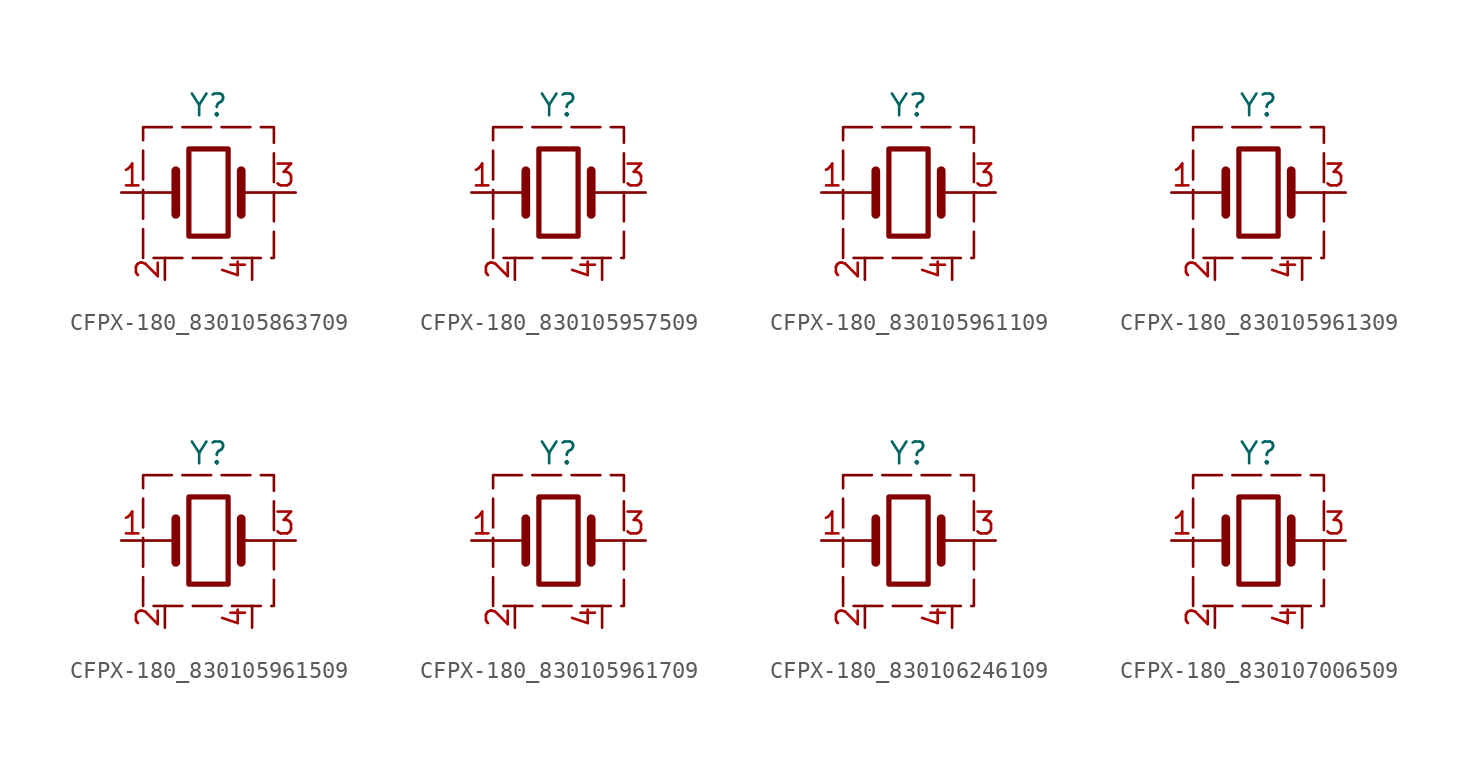
<source format=kicad_sym>
(kicad_symbol_lib
  (version 20220914)
  (generator kicad_symbol_editor)
  (symbol "CFPX-180_830105863709"
    (pin_names hide)
    (property "Reference" "Y"
      (at 0 5.08 0)
      (effects (font (size 1.27 1.27))))
    (property "Critical Parameter" ""
      (at 0 -5.08 0)
      (effects (font (size 1.27 1.27)) (justify left)))
    (symbol "CFPX-180_830105863709_0_1"
      (rectangle (start -1.143 2.54) (end 1.143 -2.54) (stroke (width 0.305) (type default)) (fill (type none)))
      (polyline (pts (xy -3.81 0) (xy -1.905 0)) (stroke (width 0) (type default)) (fill (type none)))
      (polyline (pts (xy -1.905 -1.27) (xy -1.905 1.27)) (stroke (width 0.508) (type default)) (fill (type none)))
      (polyline (pts (xy 1.905 -1.27) (xy 1.905 1.27)) (stroke (width 0.508) (type default)) (fill (type none)))
      (polyline (pts (xy 3.81 0) (xy 1.905 0)) (stroke (width 0) (type default)) (fill (type none))))
    (symbol "CFPX-180_830105863709_1_1"
      (rectangle (start -3.81 3.81) (end 3.81 -3.81) (stroke (width 0) (type dash)) (fill (type none)))
      (pin passive line (at -5.08 0 0) (length 1.27) (name "1" (effects (font (size 1.27 1.27)))) (number "1" (effects (font (size 1.27 1.27)))))
      (pin passive line (at -2.54 -5.08 90) (length 1.27) (name "GND" (effects (font (size 1.27 1.27)))) (number "2" (effects (font (size 1.27 1.27)))))
      (pin passive line (at 5.08 0 180) (length 1.27) (name "3" (effects (font (size 1.27 1.27)))) (number "3" (effects (font (size 1.27 1.27)))))
      (pin passive line (at 2.54 -5.08 90) (length 1.27) (name "GND1" (effects (font (size 1.27 1.27)))) (number "4" (effects (font (size 1.27 1.27)))))))
  (symbol "CFPX-180_830105957509"
    (pin_names hide)
    (property "Reference" "Y"
      (at 0 5.08 0)
      (effects (font (size 1.27 1.27))))
    (property "Critical Parameter" ""
      (at 0 -5.08 0)
      (effects (font (size 1.27 1.27)) (justify left)))
    (symbol "CFPX-180_830105957509_0_1"
      (rectangle (start -1.143 2.54) (end 1.143 -2.54) (stroke (width 0.305) (type default)) (fill (type none)))
      (polyline (pts (xy -3.81 0) (xy -1.905 0)) (stroke (width 0) (type default)) (fill (type none)))
      (polyline (pts (xy -1.905 -1.27) (xy -1.905 1.27)) (stroke (width 0.508) (type default)) (fill (type none)))
      (polyline (pts (xy 1.905 -1.27) (xy 1.905 1.27)) (stroke (width 0.508) (type default)) (fill (type none)))
      (polyline (pts (xy 3.81 0) (xy 1.905 0)) (stroke (width 0) (type default)) (fill (type none))))
    (symbol "CFPX-180_830105957509_1_1"
      (rectangle (start -3.81 3.81) (end 3.81 -3.81) (stroke (width 0) (type dash)) (fill (type none)))
      (pin passive line (at -5.08 0 0) (length 1.27) (name "1" (effects (font (size 1.27 1.27)))) (number "1" (effects (font (size 1.27 1.27)))))
      (pin passive line (at -2.54 -5.08 90) (length 1.27) (name "GND" (effects (font (size 1.27 1.27)))) (number "2" (effects (font (size 1.27 1.27)))))
      (pin passive line (at 5.08 0 180) (length 1.27) (name "3" (effects (font (size 1.27 1.27)))) (number "3" (effects (font (size 1.27 1.27)))))
      (pin passive line (at 2.54 -5.08 90) (length 1.27) (name "GND1" (effects (font (size 1.27 1.27)))) (number "4" (effects (font (size 1.27 1.27)))))))
  (symbol "CFPX-180_830105961109"
    (pin_names hide)
    (property "Reference" "Y"
      (at 0 5.08 0)
      (effects (font (size 1.27 1.27))))
    (property "Critical Parameter" ""
      (at 0 -5.08 0)
      (effects (font (size 1.27 1.27)) (justify left)))
    (symbol "CFPX-180_830105961109_0_1"
      (rectangle (start -1.143 2.54) (end 1.143 -2.54) (stroke (width 0.305) (type default)) (fill (type none)))
      (polyline (pts (xy -3.81 0) (xy -1.905 0)) (stroke (width 0) (type default)) (fill (type none)))
      (polyline (pts (xy -1.905 -1.27) (xy -1.905 1.27)) (stroke (width 0.508) (type default)) (fill (type none)))
      (polyline (pts (xy 1.905 -1.27) (xy 1.905 1.27)) (stroke (width 0.508) (type default)) (fill (type none)))
      (polyline (pts (xy 3.81 0) (xy 1.905 0)) (stroke (width 0) (type default)) (fill (type none))))
    (symbol "CFPX-180_830105961109_1_1"
      (rectangle (start -3.81 3.81) (end 3.81 -3.81) (stroke (width 0) (type dash)) (fill (type none)))
      (pin passive line (at -5.08 0 0) (length 1.27) (name "1" (effects (font (size 1.27 1.27)))) (number "1" (effects (font (size 1.27 1.27)))))
      (pin passive line (at -2.54 -5.08 90) (length 1.27) (name "GND" (effects (font (size 1.27 1.27)))) (number "2" (effects (font (size 1.27 1.27)))))
      (pin passive line (at 5.08 0 180) (length 1.27) (name "3" (effects (font (size 1.27 1.27)))) (number "3" (effects (font (size 1.27 1.27)))))
      (pin passive line (at 2.54 -5.08 90) (length 1.27) (name "GND1" (effects (font (size 1.27 1.27)))) (number "4" (effects (font (size 1.27 1.27)))))))
  (symbol "CFPX-180_830105961309"
    (pin_names hide)
    (property "Reference" "Y"
      (at 0 5.08 0)
      (effects (font (size 1.27 1.27))))
    (property "Critical Parameter" ""
      (at 0 -5.08 0)
      (effects (font (size 1.27 1.27)) (justify left)))
    (symbol "CFPX-180_830105961309_0_1"
      (rectangle (start -1.143 2.54) (end 1.143 -2.54) (stroke (width 0.305) (type default)) (fill (type none)))
      (polyline (pts (xy -3.81 0) (xy -1.905 0)) (stroke (width 0) (type default)) (fill (type none)))
      (polyline (pts (xy -1.905 -1.27) (xy -1.905 1.27)) (stroke (width 0.508) (type default)) (fill (type none)))
      (polyline (pts (xy 1.905 -1.27) (xy 1.905 1.27)) (stroke (width 0.508) (type default)) (fill (type none)))
      (polyline (pts (xy 3.81 0) (xy 1.905 0)) (stroke (width 0) (type default)) (fill (type none))))
    (symbol "CFPX-180_830105961309_1_1"
      (rectangle (start -3.81 3.81) (end 3.81 -3.81) (stroke (width 0) (type dash)) (fill (type none)))
      (pin passive line (at -5.08 0 0) (length 1.27) (name "1" (effects (font (size 1.27 1.27)))) (number "1" (effects (font (size 1.27 1.27)))))
      (pin passive line (at -2.54 -5.08 90) (length 1.27) (name "GND" (effects (font (size 1.27 1.27)))) (number "2" (effects (font (size 1.27 1.27)))))
      (pin passive line (at 5.08 0 180) (length 1.27) (name "3" (effects (font (size 1.27 1.27)))) (number "3" (effects (font (size 1.27 1.27)))))
      (pin passive line (at 2.54 -5.08 90) (length 1.27) (name "GND1" (effects (font (size 1.27 1.27)))) (number "4" (effects (font (size 1.27 1.27)))))))
  (symbol "CFPX-180_830105961509"
    (pin_names hide)
    (property "Reference" "Y"
      (at 0 5.08 0)
      (effects (font (size 1.27 1.27))))
    (property "Critical Parameter" ""
      (at 0 -5.08 0)
      (effects (font (size 1.27 1.27)) (justify left)))
    (symbol "CFPX-180_830105961509_0_1"
      (rectangle (start -1.143 2.54) (end 1.143 -2.54) (stroke (width 0.305) (type default)) (fill (type none)))
      (polyline (pts (xy -3.81 0) (xy -1.905 0)) (stroke (width 0) (type default)) (fill (type none)))
      (polyline (pts (xy -1.905 -1.27) (xy -1.905 1.27)) (stroke (width 0.508) (type default)) (fill (type none)))
      (polyline (pts (xy 1.905 -1.27) (xy 1.905 1.27)) (stroke (width 0.508) (type default)) (fill (type none)))
      (polyline (pts (xy 3.81 0) (xy 1.905 0)) (stroke (width 0) (type default)) (fill (type none))))
    (symbol "CFPX-180_830105961509_1_1"
      (rectangle (start -3.81 3.81) (end 3.81 -3.81) (stroke (width 0) (type dash)) (fill (type none)))
      (pin passive line (at -5.08 0 0) (length 1.27) (name "1" (effects (font (size 1.27 1.27)))) (number "1" (effects (font (size 1.27 1.27)))))
      (pin passive line (at -2.54 -5.08 90) (length 1.27) (name "GND" (effects (font (size 1.27 1.27)))) (number "2" (effects (font (size 1.27 1.27)))))
      (pin passive line (at 5.08 0 180) (length 1.27) (name "3" (effects (font (size 1.27 1.27)))) (number "3" (effects (font (size 1.27 1.27)))))
      (pin passive line (at 2.54 -5.08 90) (length 1.27) (name "GND1" (effects (font (size 1.27 1.27)))) (number "4" (effects (font (size 1.27 1.27)))))))
  (symbol "CFPX-180_830105961709"
    (pin_names hide)
    (property "Reference" "Y"
      (at 0 5.08 0)
      (effects (font (size 1.27 1.27))))
    (property "Critical Parameter" ""
      (at 0 -5.08 0)
      (effects (font (size 1.27 1.27)) (justify left)))
    (symbol "CFPX-180_830105961709_0_1"
      (rectangle (start -1.143 2.54) (end 1.143 -2.54) (stroke (width 0.305) (type default)) (fill (type none)))
      (polyline (pts (xy -3.81 0) (xy -1.905 0)) (stroke (width 0) (type default)) (fill (type none)))
      (polyline (pts (xy -1.905 -1.27) (xy -1.905 1.27)) (stroke (width 0.508) (type default)) (fill (type none)))
      (polyline (pts (xy 1.905 -1.27) (xy 1.905 1.27)) (stroke (width 0.508) (type default)) (fill (type none)))
      (polyline (pts (xy 3.81 0) (xy 1.905 0)) (stroke (width 0) (type default)) (fill (type none))))
    (symbol "CFPX-180_830105961709_1_1"
      (rectangle (start -3.81 3.81) (end 3.81 -3.81) (stroke (width 0) (type dash)) (fill (type none)))
      (pin passive line (at -5.08 0 0) (length 1.27) (name "1" (effects (font (size 1.27 1.27)))) (number "1" (effects (font (size 1.27 1.27)))))
      (pin passive line (at -2.54 -5.08 90) (length 1.27) (name "GND" (effects (font (size 1.27 1.27)))) (number "2" (effects (font (size 1.27 1.27)))))
      (pin passive line (at 5.08 0 180) (length 1.27) (name "3" (effects (font (size 1.27 1.27)))) (number "3" (effects (font (size 1.27 1.27)))))
      (pin passive line (at 2.54 -5.08 90) (length 1.27) (name "GND1" (effects (font (size 1.27 1.27)))) (number "4" (effects (font (size 1.27 1.27)))))))
  (symbol "CFPX-180_830106246109"
    (pin_names hide)
    (property "Reference" "Y"
      (at 0 5.08 0)
      (effects (font (size 1.27 1.27))))
    (property "Critical Parameter" ""
      (at 0 -5.08 0)
      (effects (font (size 1.27 1.27)) (justify left)))
    (symbol "CFPX-180_830106246109_0_1"
      (rectangle (start -1.143 2.54) (end 1.143 -2.54) (stroke (width 0.305) (type default)) (fill (type none)))
      (polyline (pts (xy -3.81 0) (xy -1.905 0)) (stroke (width 0) (type default)) (fill (type none)))
      (polyline (pts (xy -1.905 -1.27) (xy -1.905 1.27)) (stroke (width 0.508) (type default)) (fill (type none)))
      (polyline (pts (xy 1.905 -1.27) (xy 1.905 1.27)) (stroke (width 0.508) (type default)) (fill (type none)))
      (polyline (pts (xy 3.81 0) (xy 1.905 0)) (stroke (width 0) (type default)) (fill (type none))))
    (symbol "CFPX-180_830106246109_1_1"
      (rectangle (start -3.81 3.81) (end 3.81 -3.81) (stroke (width 0) (type dash)) (fill (type none)))
      (pin passive line (at -5.08 0 0) (length 1.27) (name "1" (effects (font (size 1.27 1.27)))) (number "1" (effects (font (size 1.27 1.27)))))
      (pin passive line (at -2.54 -5.08 90) (length 1.27) (name "GND" (effects (font (size 1.27 1.27)))) (number "2" (effects (font (size 1.27 1.27)))))
      (pin passive line (at 5.08 0 180) (length 1.27) (name "3" (effects (font (size 1.27 1.27)))) (number "3" (effects (font (size 1.27 1.27)))))
      (pin passive line (at 2.54 -5.08 90) (length 1.27) (name "GND1" (effects (font (size 1.27 1.27)))) (number "4" (effects (font (size 1.27 1.27)))))))
  (symbol "CFPX-180_830107006509"
    (pin_names hide)
    (property "Reference" "Y"
      (at 0 5.08 0)
      (effects (font (size 1.27 1.27))))
    (property "Critical Parameter" ""
      (at 0 -5.08 0)
      (effects (font (size 1.27 1.27)) (justify left)))
    (symbol "CFPX-180_830107006509_0_1"
      (rectangle (start -1.143 2.54) (end 1.143 -2.54) (stroke (width 0.305) (type default)) (fill (type none)))
      (polyline (pts (xy -3.81 0) (xy -1.905 0)) (stroke (width 0) (type default)) (fill (type none)))
      (polyline (pts (xy -1.905 -1.27) (xy -1.905 1.27)) (stroke (width 0.508) (type default)) (fill (type none)))
      (polyline (pts (xy 1.905 -1.27) (xy 1.905 1.27)) (stroke (width 0.508) (type default)) (fill (type none)))
      (polyline (pts (xy 3.81 0) (xy 1.905 0)) (stroke (width 0) (type default)) (fill (type none))))
    (symbol "CFPX-180_830107006509_1_1"
      (rectangle (start -3.81 3.81) (end 3.81 -3.81) (stroke (width 0) (type dash)) (fill (type none)))
      (pin passive line (at -5.08 0 0) (length 1.27) (name "1" (effects (font (size 1.27 1.27)))) (number "1" (effects (font (size 1.27 1.27)))))
      (pin passive line (at -2.54 -5.08 90) (length 1.27) (name "GND" (effects (font (size 1.27 1.27)))) (number "2" (effects (font (size 1.27 1.27)))))
      (pin passive line (at 5.08 0 180) (length 1.27) (name "3" (effects (font (size 1.27 1.27)))) (number "3" (effects (font (size 1.27 1.27)))))
      (pin passive line (at 2.54 -5.08 90) (length 1.27) (name "GND1" (effects (font (size 1.27 1.27)))) (number "4" (effects (font (size 1.27 1.27))))))))
</source>
